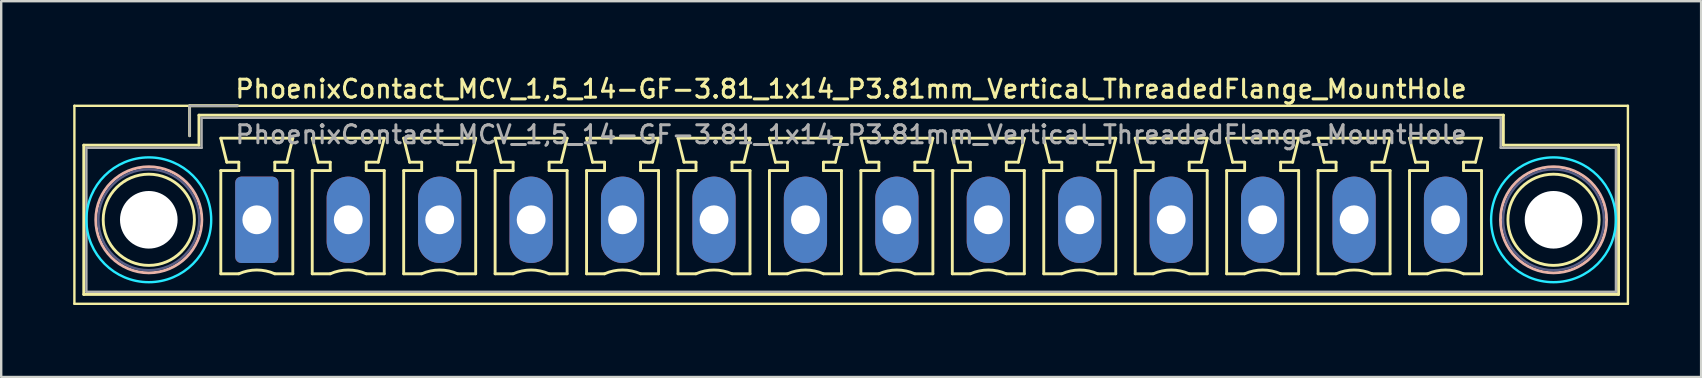
<source format=kicad_pcb>
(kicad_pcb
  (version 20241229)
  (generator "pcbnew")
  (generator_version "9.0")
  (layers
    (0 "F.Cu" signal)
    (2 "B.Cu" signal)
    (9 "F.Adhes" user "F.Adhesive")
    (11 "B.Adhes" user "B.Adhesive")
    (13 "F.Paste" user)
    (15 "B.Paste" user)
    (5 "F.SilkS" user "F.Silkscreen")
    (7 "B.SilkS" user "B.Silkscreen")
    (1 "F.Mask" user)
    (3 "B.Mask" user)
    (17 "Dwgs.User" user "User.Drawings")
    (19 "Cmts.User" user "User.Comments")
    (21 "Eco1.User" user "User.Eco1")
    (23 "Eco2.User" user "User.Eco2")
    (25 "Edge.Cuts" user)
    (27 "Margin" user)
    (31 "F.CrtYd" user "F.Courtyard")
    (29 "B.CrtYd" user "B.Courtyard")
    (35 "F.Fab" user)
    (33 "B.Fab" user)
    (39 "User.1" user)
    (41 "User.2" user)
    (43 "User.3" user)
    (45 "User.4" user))
  (footprint "PhoenixContact_MCV_1,5_14-GF-3.81_1x14_P3.81mm_Vertical_ThreadedFlange_MountHole"
    (layer "F.Cu")
    (at 7.65 6.108)
    (property "Reference" "PhoenixContact_MCV_1,5_14-GF-3.81_1x14_P3.81mm_Vertical_ThreadedFlange_MountHole" (at 24.76 -5.45 0) (layer "F.SilkS") (effects (font (size 0.75 0.75) (thickness 0.125))))
    (attr through_hole)
    (fp_line (start -7.6 -4.75) (end -7.6 3.5) (stroke (width 0.1) (type solid)) (layer "F.SilkS"))
    (fp_line (start -7.6 3.5) (end 57.13 3.5) (stroke (width 0.1) (type solid)) (layer "F.SilkS"))
    (fp_line (start -7.21 -3.11) (end -7.21 3.11) (stroke (width 0.12) (type solid)) (layer "F.SilkS"))
    (fp_line (start -7.21 3.11) (end 56.74 3.11) (stroke (width 0.12) (type solid)) (layer "F.SilkS"))
    (fp_line (start -2.8 -4.75) (end -0.8 -4.75) (stroke (width 0.12) (type solid)) (layer "F.SilkS"))
    (fp_line (start -2.8 -3.5) (end -2.8 -4.75) (stroke (width 0.12) (type solid)) (layer "F.SilkS"))
    (fp_line (start -2.41 -4.36) (end -2.41 -3.11) (stroke (width 0.12) (type solid)) (layer "F.SilkS"))
    (fp_line (start -2.41 -3.11) (end -7.21 -3.11) (stroke (width 0.12) (type solid)) (layer "F.SilkS"))
    (fp_line (start -1.5 -3.4) (end 1.5 -3.4) (stroke (width 0.12) (type solid)) (layer "F.SilkS"))
    (fp_line (start -1.5 -2.05) (end -0.75 -2.05) (stroke (width 0.12) (type solid)) (layer "F.SilkS"))
    (fp_line (start -1.5 2.25) (end -1.5 -2.05) (stroke (width 0.12) (type solid)) (layer "F.SilkS"))
    (fp_line (start -1.25 -2.4) (end -1.5 -3.4) (stroke (width 0.12) (type solid)) (layer "F.SilkS"))
    (fp_line (start -0.75 -2.4) (end -1.25 -2.4) (stroke (width 0.12) (type solid)) (layer "F.SilkS"))
    (fp_line (start -0.75 -2.05) (end -0.75 -2.4) (stroke (width 0.12) (type solid)) (layer "F.SilkS"))
    (fp_line (start -0.75 2.25) (end -1.5 2.25) (stroke (width 0.12) (type solid)) (layer "F.SilkS"))
    (fp_line (start 0.75 -2.4) (end 0.75 -2.05) (stroke (width 0.12) (type solid)) (layer "F.SilkS"))
    (fp_line (start 0.75 -2.05) (end 1.5 -2.05) (stroke (width 0.12) (type solid)) (layer "F.SilkS"))
    (fp_line (start 1.25 -2.4) (end 0.75 -2.4) (stroke (width 0.12) (type solid)) (layer "F.SilkS"))
    (fp_line (start 1.5 -3.4) (end 1.25 -2.4) (stroke (width 0.12) (type solid)) (layer "F.SilkS"))
    (fp_line (start 1.5 -2.05) (end 1.5 2.25) (stroke (width 0.12) (type solid)) (layer "F.SilkS"))
    (fp_line (start 1.5 2.25) (end 0.75 2.25) (stroke (width 0.12) (type solid)) (layer "F.SilkS"))
    (fp_line (start 2.31 -3.4) (end 5.31 -3.4) (stroke (width 0.12) (type solid)) (layer "F.SilkS"))
    (fp_line (start 2.31 -2.05) (end 3.06 -2.05) (stroke (width 0.12) (type solid)) (layer "F.SilkS"))
    (fp_line (start 2.31 2.25) (end 2.31 -2.05) (stroke (width 0.12) (type solid)) (layer "F.SilkS"))
    (fp_line (start 2.56 -2.4) (end 2.31 -3.4) (stroke (width 0.12) (type solid)) (layer "F.SilkS"))
    (fp_line (start 3.06 -2.4) (end 2.56 -2.4) (stroke (width 0.12) (type solid)) (layer "F.SilkS"))
    (fp_line (start 3.06 -2.05) (end 3.06 -2.4) (stroke (width 0.12) (type solid)) (layer "F.SilkS"))
    (fp_line (start 3.06 2.25) (end 2.31 2.25) (stroke (width 0.12) (type solid)) (layer "F.SilkS"))
    (fp_line (start 4.56 -2.4) (end 4.56 -2.05) (stroke (width 0.12) (type solid)) (layer "F.SilkS"))
    (fp_line (start 4.56 -2.05) (end 5.31 -2.05) (stroke (width 0.12) (type solid)) (layer "F.SilkS"))
    (fp_line (start 5.06 -2.4) (end 4.56 -2.4) (stroke (width 0.12) (type solid)) (layer "F.SilkS"))
    (fp_line (start 5.31 -3.4) (end 5.06 -2.4) (stroke (width 0.12) (type solid)) (layer "F.SilkS"))
    (fp_line (start 5.31 -2.05) (end 5.31 2.25) (stroke (width 0.12) (type solid)) (layer "F.SilkS"))
    (fp_line (start 5.31 2.25) (end 4.56 2.25) (stroke (width 0.12) (type solid)) (layer "F.SilkS"))
    (fp_line (start 6.12 -3.4) (end 9.12 -3.4) (stroke (width 0.12) (type solid)) (layer "F.SilkS"))
    (fp_line (start 6.12 -2.05) (end 6.87 -2.05) (stroke (width 0.12) (type solid)) (layer "F.SilkS"))
    (fp_line (start 6.12 2.25) (end 6.12 -2.05) (stroke (width 0.12) (type solid)) (layer "F.SilkS"))
    (fp_line (start 6.37 -2.4) (end 6.12 -3.4) (stroke (width 0.12) (type solid)) (layer "F.SilkS"))
    (fp_line (start 6.87 -2.4) (end 6.37 -2.4) (stroke (width 0.12) (type solid)) (layer "F.SilkS"))
    (fp_line (start 6.87 -2.05) (end 6.87 -2.4) (stroke (width 0.12) (type solid)) (layer "F.SilkS"))
    (fp_line (start 6.87 2.25) (end 6.12 2.25) (stroke (width 0.12) (type solid)) (layer "F.SilkS"))
    (fp_line (start 8.37 -2.4) (end 8.37 -2.05) (stroke (width 0.12) (type solid)) (layer "F.SilkS"))
    (fp_line (start 8.37 -2.05) (end 9.12 -2.05) (stroke (width 0.12) (type solid)) (layer "F.SilkS"))
    (fp_line (start 8.87 -2.4) (end 8.37 -2.4) (stroke (width 0.12) (type solid)) (layer "F.SilkS"))
    (fp_line (start 9.12 -3.4) (end 8.87 -2.4) (stroke (width 0.12) (type solid)) (layer "F.SilkS"))
    (fp_line (start 9.12 -2.05) (end 9.12 2.25) (stroke (width 0.12) (type solid)) (layer "F.SilkS"))
    (fp_line (start 9.12 2.25) (end 8.37 2.25) (stroke (width 0.12) (type solid)) (layer "F.SilkS"))
    (fp_line (start 9.93 -3.4) (end 12.93 -3.4) (stroke (width 0.12) (type solid)) (layer "F.SilkS"))
    (fp_line (start 9.93 -2.05) (end 10.68 -2.05) (stroke (width 0.12) (type solid)) (layer "F.SilkS"))
    (fp_line (start 9.93 2.25) (end 9.93 -2.05) (stroke (width 0.12) (type solid)) (layer "F.SilkS"))
    (fp_line (start 10.18 -2.4) (end 9.93 -3.4) (stroke (width 0.12) (type solid)) (layer "F.SilkS"))
    (fp_line (start 10.68 -2.4) (end 10.18 -2.4) (stroke (width 0.12) (type solid)) (layer "F.SilkS"))
    (fp_line (start 10.68 -2.05) (end 10.68 -2.4) (stroke (width 0.12) (type solid)) (layer "F.SilkS"))
    (fp_line (start 10.68 2.25) (end 9.93 2.25) (stroke (width 0.12) (type solid)) (layer "F.SilkS"))
    (fp_line (start 12.18 -2.4) (end 12.18 -2.05) (stroke (width 0.12) (type solid)) (layer "F.SilkS"))
    (fp_line (start 12.18 -2.05) (end 12.93 -2.05) (stroke (width 0.12) (type solid)) (layer "F.SilkS"))
    (fp_line (start 12.68 -2.4) (end 12.18 -2.4) (stroke (width 0.12) (type solid)) (layer "F.SilkS"))
    (fp_line (start 12.93 -3.4) (end 12.68 -2.4) (stroke (width 0.12) (type solid)) (layer "F.SilkS"))
    (fp_line (start 12.93 -2.05) (end 12.93 2.25) (stroke (width 0.12) (type solid)) (layer "F.SilkS"))
    (fp_line (start 12.93 2.25) (end 12.18 2.25) (stroke (width 0.12) (type solid)) (layer "F.SilkS"))
    (fp_line (start 13.74 -3.4) (end 16.74 -3.4) (stroke (width 0.12) (type solid)) (layer "F.SilkS"))
    (fp_line (start 13.74 -2.05) (end 14.49 -2.05) (stroke (width 0.12) (type solid)) (layer "F.SilkS"))
    (fp_line (start 13.74 2.25) (end 13.74 -2.05) (stroke (width 0.12) (type solid)) (layer "F.SilkS"))
    (fp_line (start 13.99 -2.4) (end 13.74 -3.4) (stroke (width 0.12) (type solid)) (layer "F.SilkS"))
    (fp_line (start 14.49 -2.4) (end 13.99 -2.4) (stroke (width 0.12) (type solid)) (layer "F.SilkS"))
    (fp_line (start 14.49 -2.05) (end 14.49 -2.4) (stroke (width 0.12) (type solid)) (layer "F.SilkS"))
    (fp_line (start 14.49 2.25) (end 13.74 2.25) (stroke (width 0.12) (type solid)) (layer "F.SilkS"))
    (fp_line (start 15.99 -2.4) (end 15.99 -2.05) (stroke (width 0.12) (type solid)) (layer "F.SilkS"))
    (fp_line (start 15.99 -2.05) (end 16.74 -2.05) (stroke (width 0.12) (type solid)) (layer "F.SilkS"))
    (fp_line (start 16.49 -2.4) (end 15.99 -2.4) (stroke (width 0.12) (type solid)) (layer "F.SilkS"))
    (fp_line (start 16.74 -3.4) (end 16.49 -2.4) (stroke (width 0.12) (type solid)) (layer "F.SilkS"))
    (fp_line (start 16.74 -2.05) (end 16.74 2.25) (stroke (width 0.12) (type solid)) (layer "F.SilkS"))
    (fp_line (start 16.74 2.25) (end 15.99 2.25) (stroke (width 0.12) (type solid)) (layer "F.SilkS"))
    (fp_line (start 17.55 -3.4) (end 20.55 -3.4) (stroke (width 0.12) (type solid)) (layer "F.SilkS"))
    (fp_line (start 17.55 -2.05) (end 18.3 -2.05) (stroke (width 0.12) (type solid)) (layer "F.SilkS"))
    (fp_line (start 17.55 2.25) (end 17.55 -2.05) (stroke (width 0.12) (type solid)) (layer "F.SilkS"))
    (fp_line (start 17.8 -2.4) (end 17.55 -3.4) (stroke (width 0.12) (type solid)) (layer "F.SilkS"))
    (fp_line (start 18.3 -2.4) (end 17.8 -2.4) (stroke (width 0.12) (type solid)) (layer "F.SilkS"))
    (fp_line (start 18.3 -2.05) (end 18.3 -2.4) (stroke (width 0.12) (type solid)) (layer "F.SilkS"))
    (fp_line (start 18.3 2.25) (end 17.55 2.25) (stroke (width 0.12) (type solid)) (layer "F.SilkS"))
    (fp_line (start 19.8 -2.4) (end 19.8 -2.05) (stroke (width 0.12) (type solid)) (layer "F.SilkS"))
    (fp_line (start 19.8 -2.05) (end 20.55 -2.05) (stroke (width 0.12) (type solid)) (layer "F.SilkS"))
    (fp_line (start 20.3 -2.4) (end 19.8 -2.4) (stroke (width 0.12) (type solid)) (layer "F.SilkS"))
    (fp_line (start 20.55 -3.4) (end 20.3 -2.4) (stroke (width 0.12) (type solid)) (layer "F.SilkS"))
    (fp_line (start 20.55 -2.05) (end 20.55 2.25) (stroke (width 0.12) (type solid)) (layer "F.SilkS"))
    (fp_line (start 20.55 2.25) (end 19.8 2.25) (stroke (width 0.12) (type solid)) (layer "F.SilkS"))
    (fp_line (start 21.36 -3.4) (end 24.36 -3.4) (stroke (width 0.12) (type solid)) (layer "F.SilkS"))
    (fp_line (start 21.36 -2.05) (end 22.11 -2.05) (stroke (width 0.12) (type solid)) (layer "F.SilkS"))
    (fp_line (start 21.36 2.25) (end 21.36 -2.05) (stroke (width 0.12) (type solid)) (layer "F.SilkS"))
    (fp_line (start 21.61 -2.4) (end 21.36 -3.4) (stroke (width 0.12) (type solid)) (layer "F.SilkS"))
    (fp_line (start 22.11 -2.4) (end 21.61 -2.4) (stroke (width 0.12) (type solid)) (layer "F.SilkS"))
    (fp_line (start 22.11 -2.05) (end 22.11 -2.4) (stroke (width 0.12) (type solid)) (layer "F.SilkS"))
    (fp_line (start 22.11 2.25) (end 21.36 2.25) (stroke (width 0.12) (type solid)) (layer "F.SilkS"))
    (fp_line (start 23.61 -2.4) (end 23.61 -2.05) (stroke (width 0.12) (type solid)) (layer "F.SilkS"))
    (fp_line (start 23.61 -2.05) (end 24.36 -2.05) (stroke (width 0.12) (type solid)) (layer "F.SilkS"))
    (fp_line (start 24.11 -2.4) (end 23.61 -2.4) (stroke (width 0.12) (type solid)) (layer "F.SilkS"))
    (fp_line (start 24.36 -3.4) (end 24.11 -2.4) (stroke (width 0.12) (type solid)) (layer "F.SilkS"))
    (fp_line (start 24.36 -2.05) (end 24.36 2.25) (stroke (width 0.12) (type solid)) (layer "F.SilkS"))
    (fp_line (start 24.36 2.25) (end 23.61 2.25) (stroke (width 0.12) (type solid)) (layer "F.SilkS"))
    (fp_line (start 25.17 -3.4) (end 28.17 -3.4) (stroke (width 0.12) (type solid)) (layer "F.SilkS"))
    (fp_line (start 25.17 -2.05) (end 25.92 -2.05) (stroke (width 0.12) (type solid)) (layer "F.SilkS"))
    (fp_line (start 25.17 2.25) (end 25.17 -2.05) (stroke (width 0.12) (type solid)) (layer "F.SilkS"))
    (fp_line (start 25.42 -2.4) (end 25.17 -3.4) (stroke (width 0.12) (type solid)) (layer "F.SilkS"))
    (fp_line (start 25.92 -2.4) (end 25.42 -2.4) (stroke (width 0.12) (type solid)) (layer "F.SilkS"))
    (fp_line (start 25.92 -2.05) (end 25.92 -2.4) (stroke (width 0.12) (type solid)) (layer "F.SilkS"))
    (fp_line (start 25.92 2.25) (end 25.17 2.25) (stroke (width 0.12) (type solid)) (layer "F.SilkS"))
    (fp_line (start 27.42 -2.4) (end 27.42 -2.05) (stroke (width 0.12) (type solid)) (layer "F.SilkS"))
    (fp_line (start 27.42 -2.05) (end 28.17 -2.05) (stroke (width 0.12) (type solid)) (layer "F.SilkS"))
    (fp_line (start 27.92 -2.4) (end 27.42 -2.4) (stroke (width 0.12) (type solid)) (layer "F.SilkS"))
    (fp_line (start 28.17 -3.4) (end 27.92 -2.4) (stroke (width 0.12) (type solid)) (layer "F.SilkS"))
    (fp_line (start 28.17 -2.05) (end 28.17 2.25) (stroke (width 0.12) (type solid)) (layer "F.SilkS"))
    (fp_line (start 28.17 2.25) (end 27.42 2.25) (stroke (width 0.12) (type solid)) (layer "F.SilkS"))
    (fp_line (start 28.98 -3.4) (end 31.98 -3.4) (stroke (width 0.12) (type solid)) (layer "F.SilkS"))
    (fp_line (start 28.98 -2.05) (end 29.73 -2.05) (stroke (width 0.12) (type solid)) (layer "F.SilkS"))
    (fp_line (start 28.98 2.25) (end 28.98 -2.05) (stroke (width 0.12) (type solid)) (layer "F.SilkS"))
    (fp_line (start 29.23 -2.4) (end 28.98 -3.4) (stroke (width 0.12) (type solid)) (layer "F.SilkS"))
    (fp_line (start 29.73 -2.4) (end 29.23 -2.4) (stroke (width 0.12) (type solid)) (layer "F.SilkS"))
    (fp_line (start 29.73 -2.05) (end 29.73 -2.4) (stroke (width 0.12) (type solid)) (layer "F.SilkS"))
    (fp_line (start 29.73 2.25) (end 28.98 2.25) (stroke (width 0.12) (type solid)) (layer "F.SilkS"))
    (fp_line (start 31.23 -2.4) (end 31.23 -2.05) (stroke (width 0.12) (type solid)) (layer "F.SilkS"))
    (fp_line (start 31.23 -2.05) (end 31.98 -2.05) (stroke (width 0.12) (type solid)) (layer "F.SilkS"))
    (fp_line (start 31.73 -2.4) (end 31.23 -2.4) (stroke (width 0.12) (type solid)) (layer "F.SilkS"))
    (fp_line (start 31.98 -3.4) (end 31.73 -2.4) (stroke (width 0.12) (type solid)) (layer "F.SilkS"))
    (fp_line (start 31.98 -2.05) (end 31.98 2.25) (stroke (width 0.12) (type solid)) (layer "F.SilkS"))
    (fp_line (start 31.98 2.25) (end 31.23 2.25) (stroke (width 0.12) (type solid)) (layer "F.SilkS"))
    (fp_line (start 32.79 -3.4) (end 35.79 -3.4) (stroke (width 0.12) (type solid)) (layer "F.SilkS"))
    (fp_line (start 32.79 -2.05) (end 33.54 -2.05) (stroke (width 0.12) (type solid)) (layer "F.SilkS"))
    (fp_line (start 32.79 2.25) (end 32.79 -2.05) (stroke (width 0.12) (type solid)) (layer "F.SilkS"))
    (fp_line (start 33.04 -2.4) (end 32.79 -3.4) (stroke (width 0.12) (type solid)) (layer "F.SilkS"))
    (fp_line (start 33.54 -2.4) (end 33.04 -2.4) (stroke (width 0.12) (type solid)) (layer "F.SilkS"))
    (fp_line (start 33.54 -2.05) (end 33.54 -2.4) (stroke (width 0.12) (type solid)) (layer "F.SilkS"))
    (fp_line (start 33.54 2.25) (end 32.79 2.25) (stroke (width 0.12) (type solid)) (layer "F.SilkS"))
    (fp_line (start 35.04 -2.4) (end 35.04 -2.05) (stroke (width 0.12) (type solid)) (layer "F.SilkS"))
    (fp_line (start 35.04 -2.05) (end 35.79 -2.05) (stroke (width 0.12) (type solid)) (layer "F.SilkS"))
    (fp_line (start 35.54 -2.4) (end 35.04 -2.4) (stroke (width 0.12) (type solid)) (layer "F.SilkS"))
    (fp_line (start 35.79 -3.4) (end 35.54 -2.4) (stroke (width 0.12) (type solid)) (layer "F.SilkS"))
    (fp_line (start 35.79 -2.05) (end 35.79 2.25) (stroke (width 0.12) (type solid)) (layer "F.SilkS"))
    (fp_line (start 35.79 2.25) (end 35.04 2.25) (stroke (width 0.12) (type solid)) (layer "F.SilkS"))
    (fp_line (start 36.6 -3.4) (end 39.6 -3.4) (stroke (width 0.12) (type solid)) (layer "F.SilkS"))
    (fp_line (start 36.6 -2.05) (end 37.35 -2.05) (stroke (width 0.12) (type solid)) (layer "F.SilkS"))
    (fp_line (start 36.6 2.25) (end 36.6 -2.05) (stroke (width 0.12) (type solid)) (layer "F.SilkS"))
    (fp_line (start 36.85 -2.4) (end 36.6 -3.4) (stroke (width 0.12) (type solid)) (layer "F.SilkS"))
    (fp_line (start 37.35 -2.4) (end 36.85 -2.4) (stroke (width 0.12) (type solid)) (layer "F.SilkS"))
    (fp_line (start 37.35 -2.05) (end 37.35 -2.4) (stroke (width 0.12) (type solid)) (layer "F.SilkS"))
    (fp_line (start 37.35 2.25) (end 36.6 2.25) (stroke (width 0.12) (type solid)) (layer "F.SilkS"))
    (fp_line (start 38.85 -2.4) (end 38.85 -2.05) (stroke (width 0.12) (type solid)) (layer "F.SilkS"))
    (fp_line (start 38.85 -2.05) (end 39.6 -2.05) (stroke (width 0.12) (type solid)) (layer "F.SilkS"))
    (fp_line (start 39.35 -2.4) (end 38.85 -2.4) (stroke (width 0.12) (type solid)) (layer "F.SilkS"))
    (fp_line (start 39.6 -3.4) (end 39.35 -2.4) (stroke (width 0.12) (type solid)) (layer "F.SilkS"))
    (fp_line (start 39.6 -2.05) (end 39.6 2.25) (stroke (width 0.12) (type solid)) (layer "F.SilkS"))
    (fp_line (start 39.6 2.25) (end 38.85 2.25) (stroke (width 0.12) (type solid)) (layer "F.SilkS"))
    (fp_line (start 40.41 -3.4) (end 43.41 -3.4) (stroke (width 0.12) (type solid)) (layer "F.SilkS"))
    (fp_line (start 40.41 -2.05) (end 41.16 -2.05) (stroke (width 0.12) (type solid)) (layer "F.SilkS"))
    (fp_line (start 40.41 2.25) (end 40.41 -2.05) (stroke (width 0.12) (type solid)) (layer "F.SilkS"))
    (fp_line (start 40.66 -2.4) (end 40.41 -3.4) (stroke (width 0.12) (type solid)) (layer "F.SilkS"))
    (fp_line (start 41.16 -2.4) (end 40.66 -2.4) (stroke (width 0.12) (type solid)) (layer "F.SilkS"))
    (fp_line (start 41.16 -2.05) (end 41.16 -2.4) (stroke (width 0.12) (type solid)) (layer "F.SilkS"))
    (fp_line (start 41.16 2.25) (end 40.41 2.25) (stroke (width 0.12) (type solid)) (layer "F.SilkS"))
    (fp_line (start 42.66 -2.4) (end 42.66 -2.05) (stroke (width 0.12) (type solid)) (layer "F.SilkS"))
    (fp_line (start 42.66 -2.05) (end 43.41 -2.05) (stroke (width 0.12) (type solid)) (layer "F.SilkS"))
    (fp_line (start 43.16 -2.4) (end 42.66 -2.4) (stroke (width 0.12) (type solid)) (layer "F.SilkS"))
    (fp_line (start 43.41 -3.4) (end 43.16 -2.4) (stroke (width 0.12) (type solid)) (layer "F.SilkS"))
    (fp_line (start 43.41 -2.05) (end 43.41 2.25) (stroke (width 0.12) (type solid)) (layer "F.SilkS"))
    (fp_line (start 43.41 2.25) (end 42.66 2.25) (stroke (width 0.12) (type solid)) (layer "F.SilkS"))
    (fp_line (start 44.22 -3.4) (end 47.22 -3.4) (stroke (width 0.12) (type solid)) (layer "F.SilkS"))
    (fp_line (start 44.22 -2.05) (end 44.97 -2.05) (stroke (width 0.12) (type solid)) (layer "F.SilkS"))
    (fp_line (start 44.22 2.25) (end 44.22 -2.05) (stroke (width 0.12) (type solid)) (layer "F.SilkS"))
    (fp_line (start 44.47 -2.4) (end 44.22 -3.4) (stroke (width 0.12) (type solid)) (layer "F.SilkS"))
    (fp_line (start 44.97 -2.4) (end 44.47 -2.4) (stroke (width 0.12) (type solid)) (layer "F.SilkS"))
    (fp_line (start 44.97 -2.05) (end 44.97 -2.4) (stroke (width 0.12) (type solid)) (layer "F.SilkS"))
    (fp_line (start 44.97 2.25) (end 44.22 2.25) (stroke (width 0.12) (type solid)) (layer "F.SilkS"))
    (fp_line (start 46.47 -2.4) (end 46.47 -2.05) (stroke (width 0.12) (type solid)) (layer "F.SilkS"))
    (fp_line (start 46.47 -2.05) (end 47.22 -2.05) (stroke (width 0.12) (type solid)) (layer "F.SilkS"))
    (fp_line (start 46.97 -2.4) (end 46.47 -2.4) (stroke (width 0.12) (type solid)) (layer "F.SilkS"))
    (fp_line (start 47.22 -3.4) (end 46.97 -2.4) (stroke (width 0.12) (type solid)) (layer "F.SilkS"))
    (fp_line (start 47.22 -2.05) (end 47.22 2.25) (stroke (width 0.12) (type solid)) (layer "F.SilkS"))
    (fp_line (start 47.22 2.25) (end 46.47 2.25) (stroke (width 0.12) (type solid)) (layer "F.SilkS"))
    (fp_line (start 48.03 -3.4) (end 51.03 -3.4) (stroke (width 0.12) (type solid)) (layer "F.SilkS"))
    (fp_line (start 48.03 -2.05) (end 48.78 -2.05) (stroke (width 0.12) (type solid)) (layer "F.SilkS"))
    (fp_line (start 48.03 2.25) (end 48.03 -2.05) (stroke (width 0.12) (type solid)) (layer "F.SilkS"))
    (fp_line (start 48.28 -2.4) (end 48.03 -3.4) (stroke (width 0.12) (type solid)) (layer "F.SilkS"))
    (fp_line (start 48.78 -2.4) (end 48.28 -2.4) (stroke (width 0.12) (type solid)) (layer "F.SilkS"))
    (fp_line (start 48.78 -2.05) (end 48.78 -2.4) (stroke (width 0.12) (type solid)) (layer "F.SilkS"))
    (fp_line (start 48.78 2.25) (end 48.03 2.25) (stroke (width 0.12) (type solid)) (layer "F.SilkS"))
    (fp_line (start 50.28 -2.4) (end 50.28 -2.05) (stroke (width 0.12) (type solid)) (layer "F.SilkS"))
    (fp_line (start 50.28 -2.05) (end 51.03 -2.05) (stroke (width 0.12) (type solid)) (layer "F.SilkS"))
    (fp_line (start 50.78 -2.4) (end 50.28 -2.4) (stroke (width 0.12) (type solid)) (layer "F.SilkS"))
    (fp_line (start 51.03 -3.4) (end 50.78 -2.4) (stroke (width 0.12) (type solid)) (layer "F.SilkS"))
    (fp_line (start 51.03 -2.05) (end 51.03 2.25) (stroke (width 0.12) (type solid)) (layer "F.SilkS"))
    (fp_line (start 51.03 2.25) (end 50.28 2.25) (stroke (width 0.12) (type solid)) (layer "F.SilkS"))
    (fp_line (start 51.94 -4.36) (end -2.41 -4.36) (stroke (width 0.12) (type solid)) (layer "F.SilkS"))
    (fp_line (start 51.94 -3.11) (end 51.94 -4.36) (stroke (width 0.12) (type solid)) (layer "F.SilkS"))
    (fp_line (start 56.74 -3.11) (end 51.94 -3.11) (stroke (width 0.12) (type solid)) (layer "F.SilkS"))
    (fp_line (start 56.74 3.11) (end 56.74 -3.11) (stroke (width 0.12) (type solid)) (layer "F.SilkS"))
    (fp_line (start 57.13 -4.75) (end -7.6 -4.75) (stroke (width 0.1) (type solid)) (layer "F.SilkS"))
    (fp_line (start 57.13 3.5) (end 57.13 -4.75) (stroke (width 0.1) (type solid)) (layer "F.SilkS"))
    (fp_arc (start -0.75 2.25) (mid -0.000193 2.09191) (end 0.749647 2.249844) (stroke (width 0.12) (type solid)) (layer "F.SilkS"))
    (fp_arc (start 3.06 2.25) (mid 3.809807 2.09191) (end 4.559647 2.249844) (stroke (width 0.12) (type solid)) (layer "F.SilkS"))
    (fp_arc (start 6.87 2.25) (mid 7.619807 2.09191) (end 8.369647 2.249844) (stroke (width 0.12) (type solid)) (layer "F.SilkS"))
    (fp_arc (start 10.68 2.25) (mid 11.429807 2.09191) (end 12.179647 2.249844) (stroke (width 0.12) (type solid)) (layer "F.SilkS"))
    (fp_arc (start 14.49 2.25) (mid 15.239807 2.09191) (end 15.989647 2.249844) (stroke (width 0.12) (type solid)) (layer "F.SilkS"))
    (fp_arc (start 18.3 2.25) (mid 19.049807 2.09191) (end 19.799647 2.249844) (stroke (width 0.12) (type solid)) (layer "F.SilkS"))
    (fp_arc (start 22.11 2.25) (mid 22.859807 2.09191) (end 23.609647 2.249844) (stroke (width 0.12) (type solid)) (layer "F.SilkS"))
    (fp_arc (start 25.92 2.25) (mid 26.669807 2.09191) (end 27.419647 2.249844) (stroke (width 0.12) (type solid)) (layer "F.SilkS"))
    (fp_arc (start 29.73 2.25) (mid 30.479807 2.09191) (end 31.229647 2.249844) (stroke (width 0.12) (type solid)) (layer "F.SilkS"))
    (fp_arc (start 33.54 2.25) (mid 34.289807 2.09191) (end 35.039647 2.249844) (stroke (width 0.12) (type solid)) (layer "F.SilkS"))
    (fp_arc (start 37.35 2.25) (mid 38.099807 2.09191) (end 38.849647 2.249844) (stroke (width 0.12) (type solid)) (layer "F.SilkS"))
    (fp_arc (start 41.16 2.25) (mid 41.909807 2.09191) (end 42.659647 2.249844) (stroke (width 0.12) (type solid)) (layer "F.SilkS"))
    (fp_arc (start 44.97 2.25) (mid 45.719807 2.09191) (end 46.469647 2.249844) (stroke (width 0.12) (type solid)) (layer "F.SilkS"))
    (fp_arc (start 48.78 2.25) (mid 49.529807 2.09191) (end 50.279647 2.249844) (stroke (width 0.12) (type solid)) (layer "F.SilkS"))
    (fp_circle (center -4.5 0) (end -2.6 0) (stroke (width 0.12) (type solid)) (fill no) (layer "F.SilkS"))
    (fp_circle (center 54.03 0) (end 55.93 0) (stroke (width 0.12) (type solid)) (fill no) (layer "F.SilkS"))
    (fp_circle (center -4.5 0) (end -2.29 0) (stroke (width 0.12) (type solid)) (fill no) (layer "B.SilkS"))
    (fp_circle (center 54.03 0) (end 56.24 0) (stroke (width 0.12) (type solid)) (fill no) (layer "B.SilkS"))
    (fp_circle (center -4.5 0) (end -1.9 0) (stroke (width 0.1) (type solid)) (fill no) (layer "B.CrtYd"))
    (fp_circle (center 54.03 0) (end 56.63 0) (stroke (width 0.1) (type solid)) (fill no) (layer "B.CrtYd"))
    (fp_circle (center -4.5 0) (end -2.4 0) (stroke (width 0.1) (type solid)) (fill no) (layer "B.Fab"))
    (fp_circle (center 54.03 0) (end 56.13 0) (stroke (width 0.1) (type solid)) (fill no) (layer "B.Fab"))
    (fp_line (start -7.1 -3) (end -7.1 3) (stroke (width 0.1) (type solid)) (layer "F.Fab"))
    (fp_line (start -7.1 3) (end 56.63 3) (stroke (width 0.1) (type solid)) (layer "F.Fab"))
    (fp_line (start -2.8 -4.75) (end -0.8 -4.75) (stroke (width 0.1) (type solid)) (layer "F.Fab"))
    (fp_line (start -2.8 -3.5) (end -2.8 -4.75) (stroke (width 0.1) (type solid)) (layer "F.Fab"))
    (fp_line (start -2.3 -4.25) (end -2.3 -3) (stroke (width 0.1) (type solid)) (layer "F.Fab"))
    (fp_line (start -2.3 -3) (end -7.1 -3) (stroke (width 0.1) (type solid)) (layer "F.Fab"))
    (fp_line (start 51.83 -4.25) (end -2.3 -4.25) (stroke (width 0.1) (type solid)) (layer "F.Fab"))
    (fp_line (start 51.83 -3) (end 51.83 -4.25) (stroke (width 0.1) (type solid)) (layer "F.Fab"))
    (fp_line (start 56.63 -3) (end 51.83 -3) (stroke (width 0.1) (type solid)) (layer "F.Fab"))
    (fp_line (start 56.63 3) (end 56.63 -3) (stroke (width 0.1) (type solid)) (layer "F.Fab"))
    (fp_text user "${REFERENCE}" (at 24.76 -3.55 0) (layer "F.Fab") (effects (font (size 0.75 0.75) (thickness 0.125))))
    (pad "" np_thru_hole circle (at -4.5 0) (size 2.4 2.4) (drill 2.4) (layers "*.Cu" "*.Mask"))
    (pad "" np_thru_hole circle (at 54.03 0) (size 2.4 2.4) (drill 2.4) (layers "*.Cu" "*.Mask"))
    (pad "1" thru_hole roundrect (at 0 0) (size 1.8 3.6) (drill 1.2) (layers "*.Cu" "*.Mask") (roundrect_rratio 0.139))
    (pad "2" thru_hole oval (at 3.81 0) (size 1.8 3.6) (drill 1.2) (layers "*.Cu" "*.Mask"))
    (pad "3" thru_hole oval (at 7.62 0) (size 1.8 3.6) (drill 1.2) (layers "*.Cu" "*.Mask"))
    (pad "4" thru_hole oval (at 11.43 0) (size 1.8 3.6) (drill 1.2) (layers "*.Cu" "*.Mask"))
    (pad "5" thru_hole oval (at 15.24 0) (size 1.8 3.6) (drill 1.2) (layers "*.Cu" "*.Mask"))
    (pad "6" thru_hole oval (at 19.05 0) (size 1.8 3.6) (drill 1.2) (layers "*.Cu" "*.Mask"))
    (pad "7" thru_hole oval (at 22.86 0) (size 1.8 3.6) (drill 1.2) (layers "*.Cu" "*.Mask"))
    (pad "8" thru_hole oval (at 26.67 0) (size 1.8 3.6) (drill 1.2) (layers "*.Cu" "*.Mask"))
    (pad "9" thru_hole oval (at 30.48 0) (size 1.8 3.6) (drill 1.2) (layers "*.Cu" "*.Mask"))
    (pad "10" thru_hole oval (at 34.29 0) (size 1.8 3.6) (drill 1.2) (layers "*.Cu" "*.Mask"))
    (pad "11" thru_hole oval (at 38.1 0) (size 1.8 3.6) (drill 1.2) (layers "*.Cu" "*.Mask"))
    (pad "12" thru_hole oval (at 41.91 0) (size 1.8 3.6) (drill 1.2) (layers "*.Cu" "*.Mask"))
    (pad "13" thru_hole oval (at 45.72 0) (size 1.8 3.6) (drill 1.2) (layers "*.Cu" "*.Mask"))
    (pad "14" thru_hole oval (at 49.53 0) (size 1.8 3.6) (drill 1.2) (layers "*.Cu" "*.Mask")))
  (gr_rect
    (start -3 -3)
    (end 67.83 12.658)
    (stroke (width 0.1) (type default))
    (fill no)
    (layer "Edge.Cuts")))
</source>
